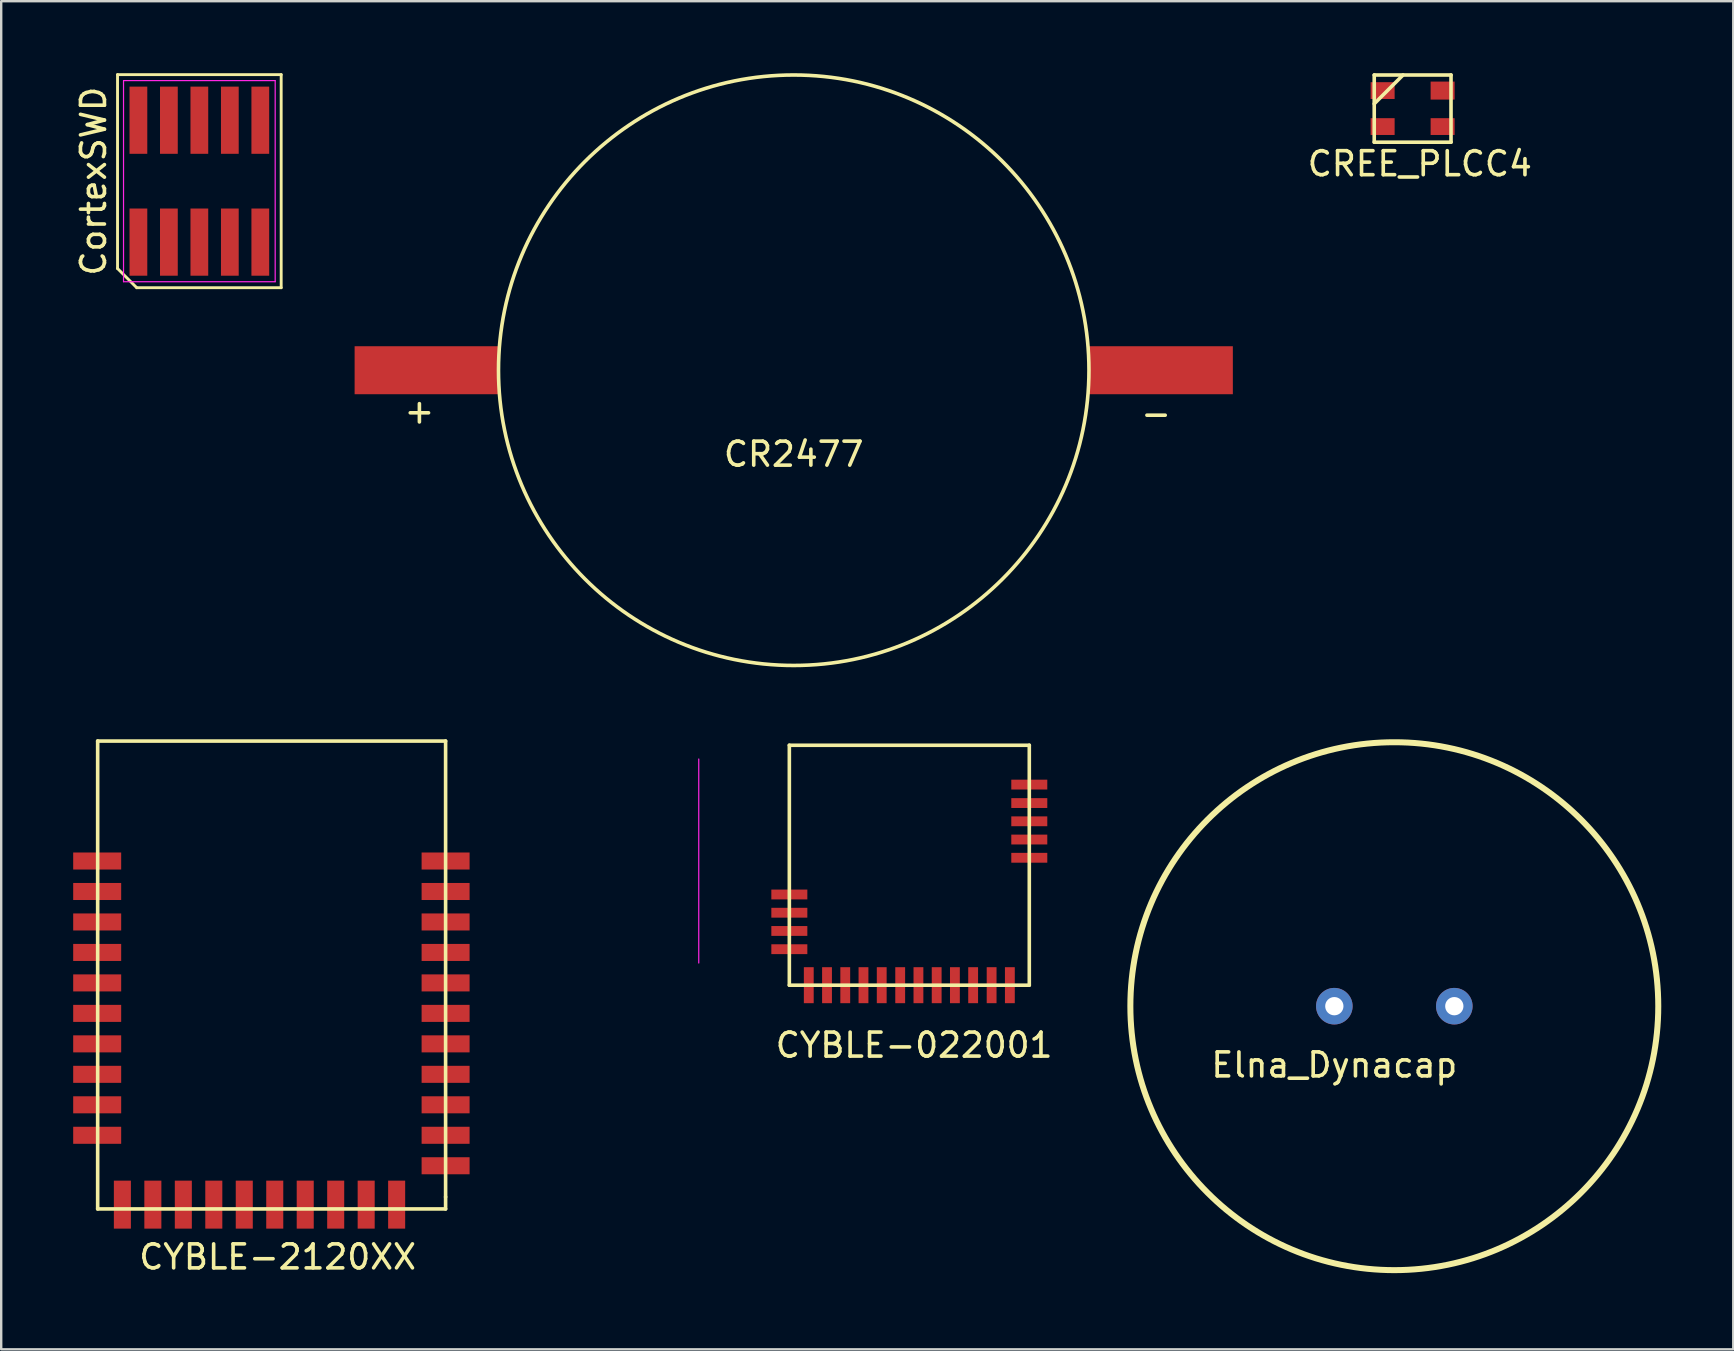
<source format=kicad_pcb>
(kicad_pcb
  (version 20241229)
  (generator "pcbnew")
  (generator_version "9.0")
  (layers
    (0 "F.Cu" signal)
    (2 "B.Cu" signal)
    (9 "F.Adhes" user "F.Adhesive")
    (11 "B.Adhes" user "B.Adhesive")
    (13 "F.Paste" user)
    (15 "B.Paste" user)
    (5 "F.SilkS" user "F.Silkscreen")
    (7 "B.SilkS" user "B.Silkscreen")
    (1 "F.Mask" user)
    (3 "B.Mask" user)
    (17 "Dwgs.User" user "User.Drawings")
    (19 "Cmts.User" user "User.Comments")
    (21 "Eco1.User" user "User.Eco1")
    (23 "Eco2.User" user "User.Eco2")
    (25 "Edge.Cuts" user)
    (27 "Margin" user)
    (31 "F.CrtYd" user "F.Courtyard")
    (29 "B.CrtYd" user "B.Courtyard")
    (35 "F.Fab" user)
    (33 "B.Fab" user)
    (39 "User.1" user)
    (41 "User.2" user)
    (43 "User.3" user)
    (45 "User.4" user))
  (footprint "CortexSWD"
    (layer "F.Cu")
    (at 5.258 4.5)
    (property "Reference" "CortexSWD" (at -4.41 0 90) (layer "F.SilkS") (effects (font (size 1 1) (thickness 0.15))))
    (attr smd)
    (fp_line (start -3.41 -4.44) (end 3.41 -4.44) (stroke (width 0.12) (type solid)) (layer "F.SilkS"))
    (fp_line (start -3.41 3.64) (end -3.41 -4.44) (stroke (width 0.12) (type solid)) (layer "F.SilkS"))
    (fp_line (start -2.61 4.44) (end -3.41 3.64) (stroke (width 0.12) (type solid)) (layer "F.SilkS"))
    (fp_line (start 3.41 -4.44) (end 3.41 4.44) (stroke (width 0.12) (type solid)) (layer "F.SilkS"))
    (fp_line (start 3.41 4.44) (end -2.61 4.44) (stroke (width 0.12) (type solid)) (layer "F.SilkS"))
    (fp_line (start -3.16 -4.19) (end 3.16 -4.19) (stroke (width 0.05) (type solid)) (layer "F.CrtYd"))
    (fp_line (start -3.16 4.19) (end -3.16 -4.19) (stroke (width 0.05) (type solid)) (layer "F.CrtYd"))
    (fp_line (start 3.16 -4.19) (end 3.16 4.19) (stroke (width 0.05) (type solid)) (layer "F.CrtYd"))
    (fp_line (start 3.16 4.19) (end -3.16 4.19) (stroke (width 0.05) (type solid)) (layer "F.CrtYd"))
    (pad "1" smd rect (at -2.54 2.54) (size 0.74 2.8) (layers "F.Cu" "F.Mask" "F.Paste"))
    (pad "2" smd rect (at -1.27 2.54) (size 0.74 2.8) (layers "F.Cu" "F.Mask" "F.Paste"))
    (pad "3" smd rect (at 0 2.54) (size 0.74 2.8) (layers "F.Cu" "F.Mask" "F.Paste"))
    (pad "4" smd rect (at 1.27 2.54) (size 0.74 2.8) (layers "F.Cu" "F.Mask" "F.Paste"))
    (pad "5" smd rect (at 2.54 2.54) (size 0.74 2.8) (layers "F.Cu" "F.Mask" "F.Paste"))
    (pad "6" smd rect (at 2.54 -2.54) (size 0.74 2.8) (layers "F.Cu" "F.Mask" "F.Paste"))
    (pad "7" smd rect (at 1.27 -2.54) (size 0.74 2.8) (layers "F.Cu" "F.Mask" "F.Paste"))
    (pad "8" smd rect (at 0 -2.54) (size 0.74 2.8) (layers "F.Cu" "F.Mask" "F.Paste"))
    (pad "9" smd rect (at -1.27 -2.54) (size 0.74 2.8) (layers "F.Cu" "F.Mask" "F.Paste"))
    (pad "10" smd rect (at -2.54 -2.54) (size 0.74 2.8) (layers "F.Cu" "F.Mask" "F.Paste")))
  (footprint "CR2477"
    (layer "F.Cu")
    (at 30.028 12.379)
    (property "Reference" "CR2477" (at 0 3.5 0) (layer "F.SilkS") (effects (font (size 1 1) (thickness 0.15))))
    (attr through_hole)
    (fp_circle (center 0 0) (end 12.3 -0.3) (stroke (width 0.15) (type solid)) (fill no) (layer "F.SilkS"))
    (fp_text user "+" (at -15.6 1.7 0) (layer "F.SilkS") (effects (font (size 1 1) (thickness 0.15))))
    (fp_text user "-" (at 15.1 1.8 0) (layer "F.SilkS") (effects (font (size 1 1) (thickness 0.15))))
    (pad "1" smd rect (at -15.3 0) (size 6 2) (layers "F.Cu" "F.Mask" "F.Paste"))
    (pad "2" smd rect (at 15.3 0) (size 6 2) (layers "F.Cu" "F.Mask" "F.Paste")))
  (footprint "CYBLE-022001"
    (layer "F.Cu")
    (at 39.845 28.007)
    (property "Reference" "CYBLE-022001" (at -4.8 12.5 0) (layer "F.SilkS") (effects (font (size 1 1) (thickness 0.15))))
    (attr through_hole)
    (fp_line (start -10 0) (end 0 0) (stroke (width 0.15) (type solid)) (layer "F.SilkS"))
    (fp_line (start -10 10) (end -10 0) (stroke (width 0.15) (type solid)) (layer "F.SilkS"))
    (fp_line (start 0 0) (end 0 10) (stroke (width 0.15) (type solid)) (layer "F.SilkS"))
    (fp_line (start 0 10) (end -10 10) (stroke (width 0.15) (type solid)) (layer "F.SilkS"))
    (pad "1" smd rect (at 0 1.64) (size 1.5 0.41) (layers "F.Cu" "F.Mask" "F.Paste"))
    (pad "2" smd rect (at 0 2.41) (size 1.5 0.41) (layers "F.Cu" "F.Mask" "F.Paste"))
    (pad "3" smd rect (at 0 3.17) (size 1.5 0.41) (layers "F.Cu" "F.Mask" "F.Paste"))
    (pad "4" smd rect (at 0 3.93) (size 1.5 0.41) (layers "F.Cu" "F.Mask" "F.Paste"))
    (pad "5" smd rect (at 0 4.69) (size 1.5 0.41) (layers "F.Cu" "F.Mask" "F.Paste"))
    (pad "6" smd rect (at -0.81 10 90) (size 1.5 0.41) (layers "F.Cu" "F.Mask" "F.Paste"))
    (pad "7" smd rect (at -1.57 10 90) (size 1.5 0.41) (layers "F.Cu" "F.Mask" "F.Paste"))
    (pad "8" smd rect (at -2.34 10 90) (size 1.5 0.41) (layers "F.Cu" "F.Mask" "F.Paste"))
    (pad "9" smd rect (at -3.1 10 90) (size 1.5 0.41) (layers "F.Cu" "F.Mask" "F.Paste"))
    (pad "10" smd rect (at -3.86 10 90) (size 1.5 0.41) (layers "F.Cu" "F.Mask" "F.Paste"))
    (pad "11" smd rect (at -4.62 10 90) (size 1.5 0.41) (layers "F.Cu" "F.Mask" "F.Paste"))
    (pad "12" smd rect (at -5.38 10 90) (size 1.5 0.41) (layers "F.Cu" "F.Mask" "F.Paste"))
    (pad "13" smd rect (at -6.15 10 90) (size 1.5 0.41) (layers "F.Cu" "F.Mask" "F.Paste"))
    (pad "14" smd rect (at -6.91 10 90) (size 1.5 0.41) (layers "F.Cu" "F.Mask" "F.Paste"))
    (pad "15" smd rect (at -7.67 10 90) (size 1.5 0.41) (layers "F.Cu" "F.Mask" "F.Paste"))
    (pad "16" smd rect (at -8.43 10 90) (size 1.5 0.41) (layers "F.Cu" "F.Mask" "F.Paste"))
    (pad "17" smd rect (at -9.19 10 90) (size 1.5 0.41) (layers "F.Cu" "F.Mask" "F.Paste"))
    (pad "18" smd rect (at -10 8.5) (size 1.5 0.41) (layers "F.Cu" "F.Mask" "F.Paste"))
    (pad "19" smd rect (at -10 7.74) (size 1.5 0.41) (layers "F.Cu" "F.Mask" "F.Paste"))
    (pad "20" smd rect (at -10 6.98) (size 1.5 0.41) (layers "F.Cu" "F.Mask" "F.Paste"))
    (pad "21" smd rect (at -10 6.22) (size 1.5 0.41) (layers "F.Cu" "F.Mask" "F.Paste")))
  (footprint "CREE_PLCC4"
    (layer "F.Cu")
    (at 55.82 1.475)
    (property "Reference" "CREE_PLCC4" (at 0.3 2.3 0) (layer "F.SilkS") (effects (font (size 1 1) (thickness 0.15))))
    (attr through_hole)
    (fp_line (start -1.6 -1.4) (end 1.6 -1.4) (stroke (width 0.15) (type solid)) (layer "F.SilkS"))
    (fp_line (start -1.6 -0.2) (end -0.4 -1.4) (stroke (width 0.15) (type solid)) (layer "F.SilkS"))
    (fp_line (start -1.6 1.4) (end -1.6 -1.4) (stroke (width 0.15) (type solid)) (layer "F.SilkS"))
    (fp_line (start 1.6 -1.4) (end 1.6 1.4) (stroke (width 0.15) (type solid)) (layer "F.SilkS"))
    (fp_line (start 1.6 1.4) (end -1.6 1.4) (stroke (width 0.15) (type solid)) (layer "F.SilkS"))
    (pad "1" smd rect (at -1.25 -0.75) (size 1 0.7) (layers "F.Cu" "F.Mask" "F.Paste"))
    (pad "2" smd rect (at -1.25 0.75) (size 1 0.7) (layers "F.Cu" "F.Mask" "F.Paste"))
    (pad "3" smd rect (at 1.25 0.75) (size 1 0.7) (layers "F.Cu" "F.Mask" "F.Paste"))
    (pad "4" smd rect (at 1.25 -0.75) (size 1 0.75) (layers "F.Cu" "F.Mask" "F.Paste")))
  (footprint "Elna_Dynacap"
    (layer "F.Cu")
    (at 52.557 38.882)
    (property "Reference" "Elna_Dynacap" (at 0 2.45 0) (layer "F.SilkS") (effects (font (size 1 1) (thickness 0.15))))
    (attr through_hole)
    (fp_circle (center 2.5 0) (end 13.5 0) (stroke (width 0.25) (type solid)) (fill no) (layer "F.SilkS"))
    (pad "1" thru_hole circle (at 0 0) (size 1.524 1.524) (drill 0.762) (layers "*.Cu" "*.Mask"))
    (pad "2" thru_hole circle (at 5 0) (size 1.524 1.524) (drill 0.762) (layers "*.Cu" "*.Mask")))
  (footprint "CYBLE-2120XX"
    (layer "F.Cu")
    (at 15.52 32.832)
    (property "Reference" "CYBLE-2120XX" (at -7 16.5 180) (layer "F.SilkS") (effects (font (size 1 1) (thickness 0.15))))
    (attr smd)
    (fp_line (start -14.5 -5) (end 0 -5) (stroke (width 0.15) (type solid)) (layer "F.SilkS"))
    (fp_line (start -14.5 14.5) (end -14.5 -5) (stroke (width 0.15) (type solid)) (layer "F.SilkS"))
    (fp_line (start 0 -5) (end 0 14) (stroke (width 0.15) (type solid)) (layer "F.SilkS"))
    (fp_line (start 0 14) (end 0 14.5) (stroke (width 0.15) (type solid)) (layer "F.SilkS"))
    (fp_line (start 0 14.5) (end -14.5 14.5) (stroke (width 0.15) (type solid)) (layer "F.SilkS"))
    (fp_line (start 10.55 -4.25) (end 10.55 4.25) (stroke (width 0.05) (type solid)) (layer "F.CrtYd"))
    (pad "1" smd rect (at 0 0 90) (size 0.71 2) (layers "F.Cu" "F.Mask" "F.Paste"))
    (pad "2" smd rect (at 0 1.27 90) (size 0.71 2) (layers "F.Cu" "F.Mask" "F.Paste"))
    (pad "3" smd rect (at 0 2.54 90) (size 0.71 2) (layers "F.Cu" "F.Mask" "F.Paste"))
    (pad "4" smd rect (at 0 3.81 90) (size 0.71 2) (layers "F.Cu" "F.Mask" "F.Paste"))
    (pad "5" smd rect (at 0 5.08 90) (size 0.71 2) (layers "F.Cu" "F.Mask" "F.Paste"))
    (pad "6" smd rect (at 0 6.35 90) (size 0.71 2) (layers "F.Cu" "F.Mask" "F.Paste"))
    (pad "7" smd rect (at 0 7.62 90) (size 0.71 2) (layers "F.Cu" "F.Mask" "F.Paste"))
    (pad "8" smd rect (at 0 8.89 90) (size 0.71 2) (layers "F.Cu" "F.Mask" "F.Paste"))
    (pad "9" smd rect (at 0 10.16 90) (size 0.71 2) (layers "F.Cu" "F.Mask" "F.Paste"))
    (pad "10" smd rect (at 0 11.43 90) (size 0.71 2) (layers "F.Cu" "F.Mask" "F.Paste"))
    (pad "11" smd rect (at 0 12.7 90) (size 0.71 2) (layers "F.Cu" "F.Mask" "F.Paste"))
    (pad "12" smd rect (at -2.04 14.32 180) (size 0.71 2) (layers "F.Cu" "F.Mask" "F.Paste"))
    (pad "13" smd rect (at -3.31 14.32 180) (size 0.71 2) (layers "F.Cu" "F.Mask" "F.Paste"))
    (pad "14" smd rect (at -4.58 14.32 180) (size 0.71 2) (layers "F.Cu" "F.Mask" "F.Paste"))
    (pad "15" smd rect (at -5.85 14.32 180) (size 0.71 2) (layers "F.Cu" "F.Mask" "F.Paste"))
    (pad "16" smd rect (at -7.12 14.32 180) (size 0.71 2) (layers "F.Cu" "F.Mask" "F.Paste"))
    (pad "17" smd rect (at -8.39 14.32 180) (size 0.71 2) (layers "F.Cu" "F.Mask" "F.Paste"))
    (pad "18" smd rect (at -9.66 14.32 180) (size 0.71 2) (layers "F.Cu" "F.Mask" "F.Paste"))
    (pad "19" smd rect (at -10.93 14.32 180) (size 0.71 2) (layers "F.Cu" "F.Mask" "F.Paste"))
    (pad "20" smd rect (at -12.2 14.32 180) (size 0.71 2) (layers "F.Cu" "F.Mask" "F.Paste"))
    (pad "21" smd rect (at -13.47 14.32 180) (size 0.71 2) (layers "F.Cu" "F.Mask" "F.Paste"))
    (pad "22" smd rect (at -14.52 11.43 90) (size 0.71 2) (layers "F.Cu" "F.Mask" "F.Paste"))
    (pad "23" smd rect (at -14.52 10.16 90) (size 0.71 2) (layers "F.Cu" "F.Mask" "F.Paste"))
    (pad "24" smd rect (at -14.52 8.89 90) (size 0.71 2) (layers "F.Cu" "F.Mask" "F.Paste"))
    (pad "25" smd rect (at -14.52 7.62 90) (size 0.71 2) (layers "F.Cu" "F.Mask" "F.Paste"))
    (pad "26" smd rect (at -14.52 6.35 90) (size 0.71 2) (layers "F.Cu" "F.Mask" "F.Paste"))
    (pad "27" smd rect (at -14.52 5.08 90) (size 0.71 2) (layers "F.Cu" "F.Mask" "F.Paste"))
    (pad "28" smd rect (at -14.52 3.81 90) (size 0.71 2) (layers "F.Cu" "F.Mask" "F.Paste"))
    (pad "29" smd rect (at -14.52 2.54 90) (size 0.71 2) (layers "F.Cu" "F.Mask" "F.Paste"))
    (pad "30" smd rect (at -14.52 1.27 90) (size 0.71 2) (layers "F.Cu" "F.Mask" "F.Paste"))
    (pad "31" smd rect (at -14.52 0 90) (size 0.71 2) (layers "F.Cu" "F.Mask" "F.Paste")))
  (gr_rect
    (start -3 -3)
    (end 69.182 53.181)
    (stroke (width 0.1) (type default))
    (fill no)
    (layer "Edge.Cuts")))
</source>
